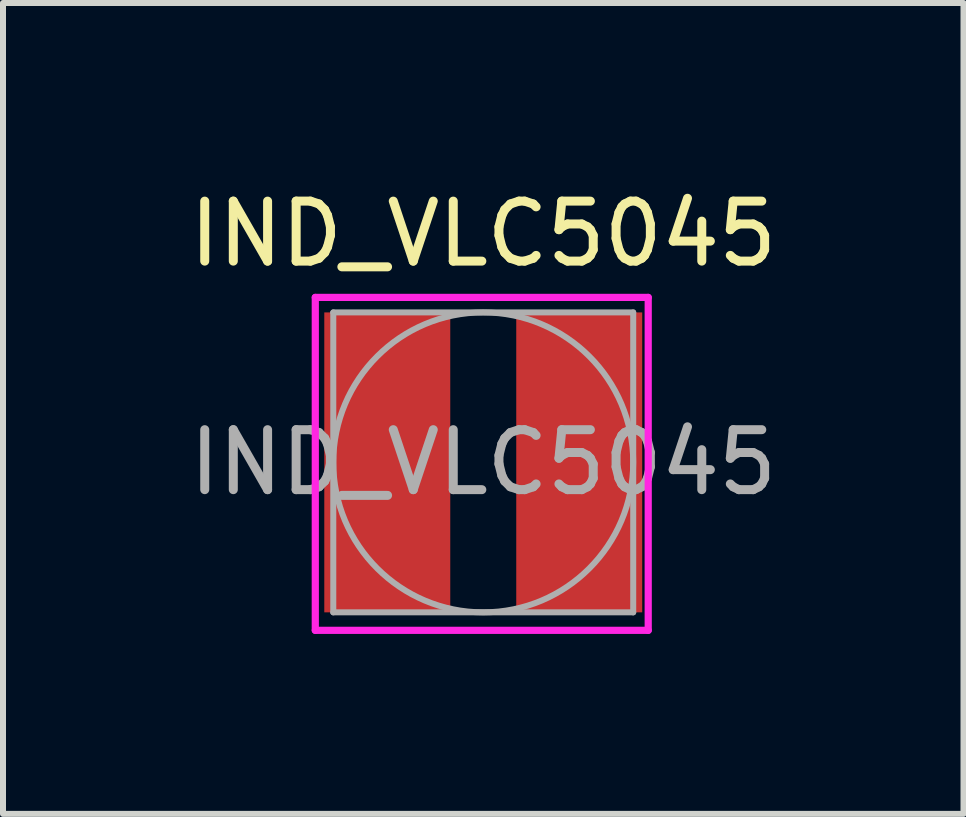
<source format=kicad_pcb>
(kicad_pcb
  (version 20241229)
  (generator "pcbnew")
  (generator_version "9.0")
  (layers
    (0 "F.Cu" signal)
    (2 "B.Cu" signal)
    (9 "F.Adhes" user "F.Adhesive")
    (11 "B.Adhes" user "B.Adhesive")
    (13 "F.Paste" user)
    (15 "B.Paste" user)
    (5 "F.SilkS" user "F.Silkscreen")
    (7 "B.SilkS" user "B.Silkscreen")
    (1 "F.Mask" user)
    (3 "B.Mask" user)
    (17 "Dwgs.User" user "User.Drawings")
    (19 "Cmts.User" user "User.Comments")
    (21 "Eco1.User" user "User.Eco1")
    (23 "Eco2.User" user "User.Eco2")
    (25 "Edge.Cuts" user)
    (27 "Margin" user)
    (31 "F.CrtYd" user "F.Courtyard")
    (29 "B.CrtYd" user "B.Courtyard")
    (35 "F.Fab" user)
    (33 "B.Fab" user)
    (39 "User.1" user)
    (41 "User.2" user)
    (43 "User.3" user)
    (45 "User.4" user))
  (footprint "IND_VLC5045"
    (layer "F.Cu")
    (at 5.006 4.658)
    (property "Reference" "IND_VLC5045" (at 0 -3.81 0) (unlocked yes) (layer "F.SilkS") (effects (font (size 1 1) (thickness 0.15))))
    (fp_line (start -2.8 -2.75) (end 2.75 -2.75) (stroke (width 0.12) (type solid)) (layer "F.CrtYd"))
    (fp_line (start -2.8 2.8) (end -2.8 -2.75) (stroke (width 0.12) (type solid)) (layer "F.CrtYd"))
    (fp_line (start -2.8 2.8) (end 2.75 2.8) (stroke (width 0.12) (type solid)) (layer "F.CrtYd"))
    (fp_line (start 2.75 2.8) (end 2.75 -2.75) (stroke (width 0.12) (type solid)) (layer "F.CrtYd"))
    (fp_line (start -2.5 -2.5) (end 2.5 -2.5) (stroke (width 0.1) (type solid)) (layer "F.Fab"))
    (fp_line (start -2.5 2.5) (end -2.5 -2.5) (stroke (width 0.1) (type solid)) (layer "F.Fab"))
    (fp_line (start 2.5 -2.5) (end 2.5 2.5) (stroke (width 0.1) (type solid)) (layer "F.Fab"))
    (fp_line (start 2.5 2.5) (end -2.5 2.5) (stroke (width 0.1) (type solid)) (layer "F.Fab"))
    (fp_circle (center 0 0) (end 2.5 0) (stroke (width 0.1) (type solid)) (fill no) (layer "F.Fab"))
    (fp_text user "${REFERENCE}" (at 0 0 0) (unlocked yes) (layer "F.Fab") (effects (font (size 1 1) (thickness 0.15))))
    (pad "1" smd rect (at -1.6 0) (size 2.1 5) (layers "F.Cu" "F.Mask" "F.Paste"))
    (pad "2" smd rect (at 1.6 0) (size 2.1 5) (layers "F.Cu" "F.Mask" "F.Paste")))
  (gr_rect
    (start -3 -3)
    (end 13.012 10.518)
    (stroke (width 0.1) (type default))
    (fill no)
    (layer "Edge.Cuts")))
</source>
